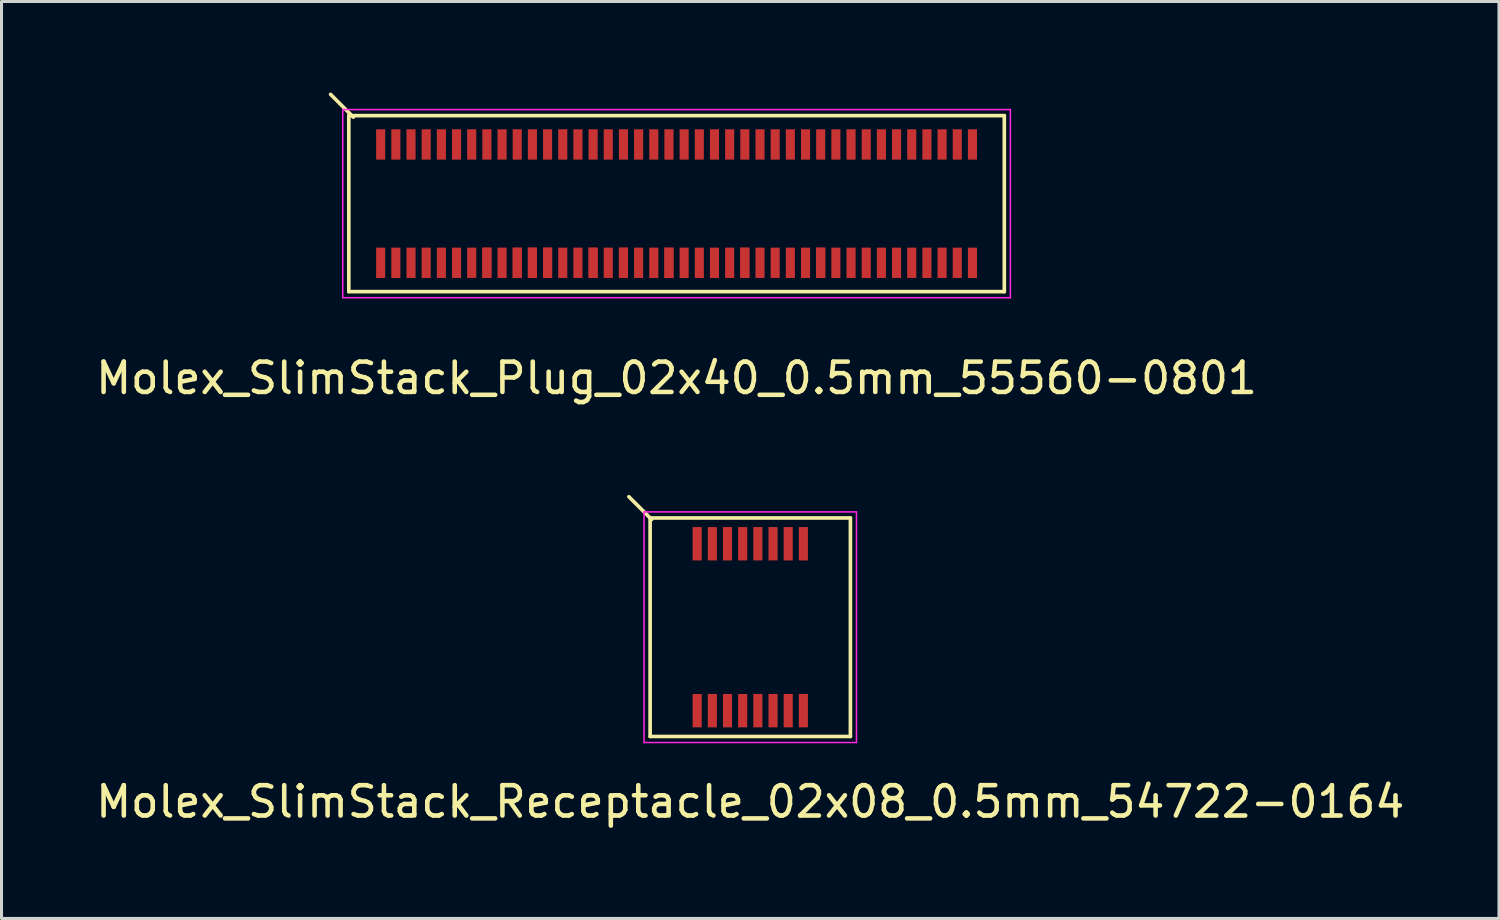
<source format=kicad_pcb>
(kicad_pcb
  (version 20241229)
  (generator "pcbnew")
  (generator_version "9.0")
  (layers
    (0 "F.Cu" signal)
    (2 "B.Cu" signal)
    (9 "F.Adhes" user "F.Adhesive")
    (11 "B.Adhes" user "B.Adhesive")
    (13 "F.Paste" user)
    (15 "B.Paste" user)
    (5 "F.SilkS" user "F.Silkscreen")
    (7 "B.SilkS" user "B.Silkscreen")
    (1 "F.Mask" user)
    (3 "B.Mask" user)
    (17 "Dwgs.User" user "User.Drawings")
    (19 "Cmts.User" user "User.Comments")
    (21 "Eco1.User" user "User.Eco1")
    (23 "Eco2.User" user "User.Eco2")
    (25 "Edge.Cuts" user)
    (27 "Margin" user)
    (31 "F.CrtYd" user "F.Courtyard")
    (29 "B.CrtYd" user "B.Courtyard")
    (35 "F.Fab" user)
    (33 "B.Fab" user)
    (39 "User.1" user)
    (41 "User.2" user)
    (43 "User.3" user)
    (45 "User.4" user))
  (footprint "Molex_SlimStack_Receptacle_02x08_0.5mm_54722-0164"
    (layer "F.Cu")
    (at 21.673 17.618)
    (property "Reference" "Molex_SlimStack_Receptacle_02x08_0.5mm_54722-0164" (at 0 5.75 0) (layer "F.SilkS") (effects (font (size 1 1) (thickness 0.15))))
    (attr smd)
    (fp_line (start -3.3 -3.6) (end -3.3 3.6) (stroke (width 0.12) (type solid)) (layer "F.SilkS"))
    (fp_line (start -3.3 3.6) (end 3.3 3.6) (stroke (width 0.12) (type solid)) (layer "F.SilkS"))
    (fp_line (start -3.25 -3.55) (end -4 -4.3) (stroke (width 0.12) (type solid)) (layer "F.SilkS"))
    (fp_line (start 3.3 -3.6) (end -3.3 -3.6) (stroke (width 0.12) (type solid)) (layer "F.SilkS"))
    (fp_line (start 3.3 3.6) (end 3.3 -3.6) (stroke (width 0.12) (type solid)) (layer "F.SilkS"))
    (fp_line (start -3.5 -3.8) (end -3.5 3.8) (stroke (width 0.05) (type solid)) (layer "F.CrtYd"))
    (fp_line (start -3.5 3.8) (end 3.5 3.8) (stroke (width 0.05) (type solid)) (layer "F.CrtYd"))
    (fp_line (start 3.5 -3.8) (end -3.5 -3.8) (stroke (width 0.05) (type solid)) (layer "F.CrtYd"))
    (fp_line (start 3.5 3.8) (end 3.5 -3.8) (stroke (width 0.05) (type solid)) (layer "F.CrtYd"))
    (pad "1" smd rect (at -1.75 -2.75) (size 0.3 1.1) (layers "F.Cu" "F.Mask" "F.Paste"))
    (pad "2" smd rect (at -1.75 2.75) (size 0.3 1.1) (layers "F.Cu" "F.Mask" "F.Paste"))
    (pad "3" smd rect (at -1.25 -2.75) (size 0.3 1.1) (layers "F.Cu" "F.Mask" "F.Paste"))
    (pad "4" smd rect (at -1.25 2.75) (size 0.3 1.1) (layers "F.Cu" "F.Mask" "F.Paste"))
    (pad "5" smd rect (at -0.75 -2.75) (size 0.3 1.1) (layers "F.Cu" "F.Mask" "F.Paste"))
    (pad "6" smd rect (at -0.75 2.75) (size 0.3 1.1) (layers "F.Cu" "F.Mask" "F.Paste"))
    (pad "7" smd rect (at -0.25 -2.75) (size 0.3 1.1) (layers "F.Cu" "F.Mask" "F.Paste"))
    (pad "8" smd rect (at -0.25 2.75) (size 0.3 1.1) (layers "F.Cu" "F.Mask" "F.Paste"))
    (pad "9" smd rect (at 0.25 -2.75) (size 0.3 1.1) (layers "F.Cu" "F.Mask" "F.Paste"))
    (pad "10" smd rect (at 0.25 2.75) (size 0.3 1.1) (layers "F.Cu" "F.Mask" "F.Paste"))
    (pad "11" smd rect (at 0.75 -2.75) (size 0.3 1.1) (layers "F.Cu" "F.Mask" "F.Paste"))
    (pad "12" smd rect (at 0.75 2.75) (size 0.3 1.1) (layers "F.Cu" "F.Mask" "F.Paste"))
    (pad "13" smd rect (at 1.25 -2.75) (size 0.3 1.1) (layers "F.Cu" "F.Mask" "F.Paste"))
    (pad "14" smd rect (at 1.25 2.75) (size 0.3 1.1) (layers "F.Cu" "F.Mask" "F.Paste"))
    (pad "15" smd rect (at 1.75 -2.75) (size 0.3 1.1) (layers "F.Cu" "F.Mask" "F.Paste"))
    (pad "16" smd rect (at 1.75 2.75) (size 0.3 1.1) (layers "F.Cu" "F.Mask" "F.Paste")))
  (footprint "Molex_SlimStack_Plug_02x40_0.5mm_55560-0801"
    (layer "F.Cu")
    (at 19.244 3.66)
    (property "Reference" "Molex_SlimStack_Plug_02x40_0.5mm_55560-0801" (at 0 5.75 0) (layer "F.SilkS") (effects (font (size 1 1) (thickness 0.15))))
    (attr smd)
    (fp_line (start -10.8 -2.9) (end -10.8 2.9) (stroke (width 0.12) (type solid)) (layer "F.SilkS"))
    (fp_line (start -10.8 2.9) (end 10.8 2.9) (stroke (width 0.12) (type solid)) (layer "F.SilkS"))
    (fp_line (start -10.65 -2.85) (end -11.4 -3.6) (stroke (width 0.12) (type solid)) (layer "F.SilkS"))
    (fp_line (start 10.8 -2.9) (end -10.8 -2.9) (stroke (width 0.12) (type solid)) (layer "F.SilkS"))
    (fp_line (start 10.8 2.9) (end 10.8 -2.9) (stroke (width 0.12) (type solid)) (layer "F.SilkS"))
    (fp_line (start -11 -3.1) (end -11 3.1) (stroke (width 0.05) (type solid)) (layer "F.CrtYd"))
    (fp_line (start -11 3.1) (end 11 3.1) (stroke (width 0.05) (type solid)) (layer "F.CrtYd"))
    (fp_line (start 11 -3.1) (end -11 -3.1) (stroke (width 0.05) (type solid)) (layer "F.CrtYd"))
    (fp_line (start 11 3.1) (end 11 -3.1) (stroke (width 0.05) (type solid)) (layer "F.CrtYd"))
    (pad "1" smd rect (at -9.75 -1.95) (size 0.3 1) (layers "F.Cu" "F.Mask" "F.Paste"))
    (pad "2" smd rect (at -9.75 1.95) (size 0.3 1) (layers "F.Cu" "F.Mask" "F.Paste"))
    (pad "3" smd rect (at -9.25 -1.95) (size 0.3 1) (layers "F.Cu" "F.Mask" "F.Paste"))
    (pad "4" smd rect (at -9.25 1.95) (size 0.3 1) (layers "F.Cu" "F.Mask" "F.Paste"))
    (pad "5" smd rect (at -8.75 -1.95) (size 0.3 1) (layers "F.Cu" "F.Mask" "F.Paste"))
    (pad "6" smd rect (at -8.75 1.95) (size 0.3 1) (layers "F.Cu" "F.Mask" "F.Paste"))
    (pad "7" smd rect (at -8.25 -1.95) (size 0.3 1) (layers "F.Cu" "F.Mask" "F.Paste"))
    (pad "8" smd rect (at -8.25 1.95) (size 0.3 1) (layers "F.Cu" "F.Mask" "F.Paste"))
    (pad "9" smd rect (at -7.75 -1.95) (size 0.3 1) (layers "F.Cu" "F.Mask" "F.Paste"))
    (pad "10" smd rect (at -7.75 1.95) (size 0.3 1) (layers "F.Cu" "F.Mask" "F.Paste"))
    (pad "11" smd rect (at -7.25 -1.95) (size 0.3 1) (layers "F.Cu" "F.Mask" "F.Paste"))
    (pad "12" smd rect (at -7.25 1.95) (size 0.3 1) (layers "F.Cu" "F.Mask" "F.Paste"))
    (pad "13" smd rect (at -6.75 -1.95) (size 0.3 1) (layers "F.Cu" "F.Mask" "F.Paste"))
    (pad "14" smd rect (at -6.75 1.95) (size 0.3 1) (layers "F.Cu" "F.Mask" "F.Paste"))
    (pad "15" smd rect (at -6.25 -1.95) (size 0.3 1) (layers "F.Cu" "F.Mask" "F.Paste"))
    (pad "16" smd rect (at -6.25 1.95) (size 0.3 1) (layers "F.Cu" "F.Mask" "F.Paste"))
    (pad "16" smd rect (at -6.25 1.95) (size 0.3 1) (layers "F.Cu" "F.Mask" "F.Paste"))
    (pad "17" smd rect (at -5.75 -1.95) (size 0.3 1) (layers "F.Cu" "F.Mask" "F.Paste"))
    (pad "18" smd rect (at -5.75 1.95) (size 0.3 1) (layers "F.Cu" "F.Mask" "F.Paste"))
    (pad "19" smd rect (at -5.25 -1.95) (size 0.3 1) (layers "F.Cu" "F.Mask" "F.Paste"))
    (pad "20" smd rect (at -5.25 1.95) (size 0.3 1) (layers "F.Cu" "F.Mask" "F.Paste"))
    (pad "20" smd rect (at -5.25 1.95) (size 0.3 1) (layers "F.Cu" "F.Mask" "F.Paste"))
    (pad "21" smd rect (at -4.75 -1.95) (size 0.3 1) (layers "F.Cu" "F.Mask" "F.Paste"))
    (pad "22" smd rect (at -4.75 1.95) (size 0.3 1) (layers "F.Cu" "F.Mask" "F.Paste"))
    (pad "22" smd rect (at -4.75 1.95) (size 0.3 1) (layers "F.Cu" "F.Mask" "F.Paste"))
    (pad "23" smd rect (at -4.25 -1.95) (size 0.3 1) (layers "F.Cu" "F.Mask" "F.Paste"))
    (pad "24" smd rect (at -4.25 1.95) (size 0.3 1) (layers "F.Cu" "F.Mask" "F.Paste"))
    (pad "24" smd rect (at -4.25 1.95) (size 0.3 1) (layers "F.Cu" "F.Mask" "F.Paste"))
    (pad "25" smd rect (at -3.75 -1.95) (size 0.3 1) (layers "F.Cu" "F.Mask" "F.Paste"))
    (pad "26" smd rect (at -3.75 1.95) (size 0.3 1) (layers "F.Cu" "F.Mask" "F.Paste"))
    (pad "27" smd rect (at -3.25 -1.95) (size 0.3 1) (layers "F.Cu" "F.Mask" "F.Paste"))
    (pad "28" smd rect (at -3.25 1.95) (size 0.3 1) (layers "F.Cu" "F.Mask" "F.Paste"))
    (pad "29" smd rect (at -2.75 -1.95) (size 0.3 1) (layers "F.Cu" "F.Mask" "F.Paste"))
    (pad "30" smd rect (at -2.75 1.95) (size 0.3 1) (layers "F.Cu" "F.Mask" "F.Paste"))
    (pad "30" smd rect (at -2.75 1.95) (size 0.3 1) (layers "F.Cu" "F.Mask" "F.Paste"))
    (pad "31" smd rect (at -2.25 -1.95) (size 0.3 1) (layers "F.Cu" "F.Mask" "F.Paste"))
    (pad "32" smd rect (at -2.25 1.95) (size 0.3 1) (layers "F.Cu" "F.Mask" "F.Paste"))
    (pad "33" smd rect (at -1.75 -1.95) (size 0.3 1) (layers "F.Cu" "F.Mask" "F.Paste"))
    (pad "34" smd rect (at -1.75 1.95) (size 0.3 1) (layers "F.Cu" "F.Mask" "F.Paste"))
    (pad "34" smd rect (at -1.75 1.95) (size 0.3 1) (layers "F.Cu" "F.Mask" "F.Paste"))
    (pad "35" smd rect (at -1.25 -1.95) (size 0.3 1) (layers "F.Cu" "F.Mask" "F.Paste"))
    (pad "36" smd rect (at -1.25 1.95) (size 0.3 1) (layers "F.Cu" "F.Mask" "F.Paste"))
    (pad "37" smd rect (at -0.75 -1.95) (size 0.3 1) (layers "F.Cu" "F.Mask" "F.Paste"))
    (pad "38" smd rect (at -0.75 1.95) (size 0.3 1) (layers "F.Cu" "F.Mask" "F.Paste"))
    (pad "39" smd rect (at -0.25 -1.95) (size 0.3 1) (layers "F.Cu" "F.Mask" "F.Paste"))
    (pad "40" smd rect (at -0.25 1.95) (size 0.3 1) (layers "F.Cu" "F.Mask" "F.Paste"))
    (pad "40" smd rect (at -0.25 1.95) (size 0.3 1) (layers "F.Cu" "F.Mask" "F.Paste"))
    (pad "41" smd rect (at 0.25 -1.95) (size 0.3 1) (layers "F.Cu" "F.Mask" "F.Paste"))
    (pad "42" smd rect (at 0.25 1.95) (size 0.3 1) (layers "F.Cu" "F.Mask" "F.Paste"))
    (pad "43" smd rect (at 0.75 -1.95) (size 0.3 1) (layers "F.Cu" "F.Mask" "F.Paste"))
    (pad "44" smd rect (at 0.75 1.95) (size 0.3 1) (layers "F.Cu" "F.Mask" "F.Paste"))
    (pad "45" smd rect (at 1.25 -1.95) (size 0.3 1) (layers "F.Cu" "F.Mask" "F.Paste"))
    (pad "46" smd rect (at 1.25 1.95) (size 0.3 1) (layers "F.Cu" "F.Mask" "F.Paste"))
    (pad "47" smd rect (at 1.75 -1.95) (size 0.3 1) (layers "F.Cu" "F.Mask" "F.Paste"))
    (pad "48" smd rect (at 1.75 1.95) (size 0.3 1) (layers "F.Cu" "F.Mask" "F.Paste"))
    (pad "49" smd rect (at 2.25 -1.95) (size 0.3 1) (layers "F.Cu" "F.Mask" "F.Paste"))
    (pad "50" smd rect (at 2.25 1.95) (size 0.3 1) (layers "F.Cu" "F.Mask" "F.Paste"))
    (pad "50" smd rect (at 2.25 1.95) (size 0.3 1) (layers "F.Cu" "F.Mask" "F.Paste"))
    (pad "51" smd rect (at 2.75 -1.95) (size 0.3 1) (layers "F.Cu" "F.Mask" "F.Paste"))
    (pad "52" smd rect (at 2.75 1.95) (size 0.3 1) (layers "F.Cu" "F.Mask" "F.Paste"))
    (pad "53" smd rect (at 3.25 -1.95) (size 0.3 1) (layers "F.Cu" "F.Mask" "F.Paste"))
    (pad "54" smd rect (at 3.25 1.95) (size 0.3 1) (layers "F.Cu" "F.Mask" "F.Paste"))
    (pad "55" smd rect (at 3.75 -1.95) (size 0.3 1) (layers "F.Cu" "F.Mask" "F.Paste"))
    (pad "56" smd rect (at 3.75 1.95) (size 0.3 1) (layers "F.Cu" "F.Mask" "F.Paste"))
    (pad "57" smd rect (at 4.25 -1.95) (size 0.3 1) (layers "F.Cu" "F.Mask" "F.Paste"))
    (pad "58" smd rect (at 4.25 1.95) (size 0.3 1) (layers "F.Cu" "F.Mask" "F.Paste"))
    (pad "59" smd rect (at 4.75 -1.95) (size 0.3 1) (layers "F.Cu" "F.Mask" "F.Paste"))
    (pad "60" smd rect (at 4.75 1.95) (size 0.3 1) (layers "F.Cu" "F.Mask" "F.Paste"))
    (pad "60" smd rect (at 4.75 1.95) (size 0.3 1) (layers "F.Cu" "F.Mask" "F.Paste"))
    (pad "61" smd rect (at 5.25 -1.95) (size 0.3 1) (layers "F.Cu" "F.Mask" "F.Paste"))
    (pad "62" smd rect (at 5.25 1.95) (size 0.3 1) (layers "F.Cu" "F.Mask" "F.Paste"))
    (pad "63" smd rect (at 5.75 -1.95) (size 0.3 1) (layers "F.Cu" "F.Mask" "F.Paste"))
    (pad "64" smd rect (at 5.75 1.95) (size 0.3 1) (layers "F.Cu" "F.Mask" "F.Paste"))
    (pad "65" smd rect (at 6.25 -1.95) (size 0.3 1) (layers "F.Cu" "F.Mask" "F.Paste"))
    (pad "66" smd rect (at 6.25 1.95) (size 0.3 1) (layers "F.Cu" "F.Mask" "F.Paste"))
    (pad "67" smd rect (at 6.75 -1.95) (size 0.3 1) (layers "F.Cu" "F.Mask" "F.Paste"))
    (pad "68" smd rect (at 6.75 1.95) (size 0.3 1) (layers "F.Cu" "F.Mask" "F.Paste"))
    (pad "69" smd rect (at 7.25 -1.95) (size 0.3 1) (layers "F.Cu" "F.Mask" "F.Paste"))
    (pad "70" smd rect (at 7.25 1.95) (size 0.3 1) (layers "F.Cu" "F.Mask" "F.Paste"))
    (pad "71" smd rect (at 7.75 -1.95) (size 0.3 1) (layers "F.Cu" "F.Mask" "F.Paste"))
    (pad "72" smd rect (at 7.75 1.95) (size 0.3 1) (layers "F.Cu" "F.Mask" "F.Paste"))
    (pad "73" smd rect (at 8.25 -1.95) (size 0.3 1) (layers "F.Cu" "F.Mask" "F.Paste"))
    (pad "74" smd rect (at 8.25 1.95) (size 0.3 1) (layers "F.Cu" "F.Mask" "F.Paste"))
    (pad "75" smd rect (at 8.75 -1.95) (size 0.3 1) (layers "F.Cu" "F.Mask" "F.Paste"))
    (pad "76" smd rect (at 8.75 1.95) (size 0.3 1) (layers "F.Cu" "F.Mask" "F.Paste"))
    (pad "77" smd rect (at 9.25 -1.95) (size 0.3 1) (layers "F.Cu" "F.Mask" "F.Paste"))
    (pad "78" smd rect (at 9.25 1.95) (size 0.3 1) (layers "F.Cu" "F.Mask" "F.Paste"))
    (pad "79" smd rect (at 9.75 -1.95) (size 0.3 1) (layers "F.Cu" "F.Mask" "F.Paste"))
    (pad "80" smd rect (at 9.75 1.95) (size 0.3 1) (layers "F.Cu" "F.Mask" "F.Paste")))
  (gr_rect
    (start -3 -3)
    (end 46.345 27.216)
    (stroke (width 0.1) (type default))
    (fill no)
    (layer "Edge.Cuts")))
</source>
